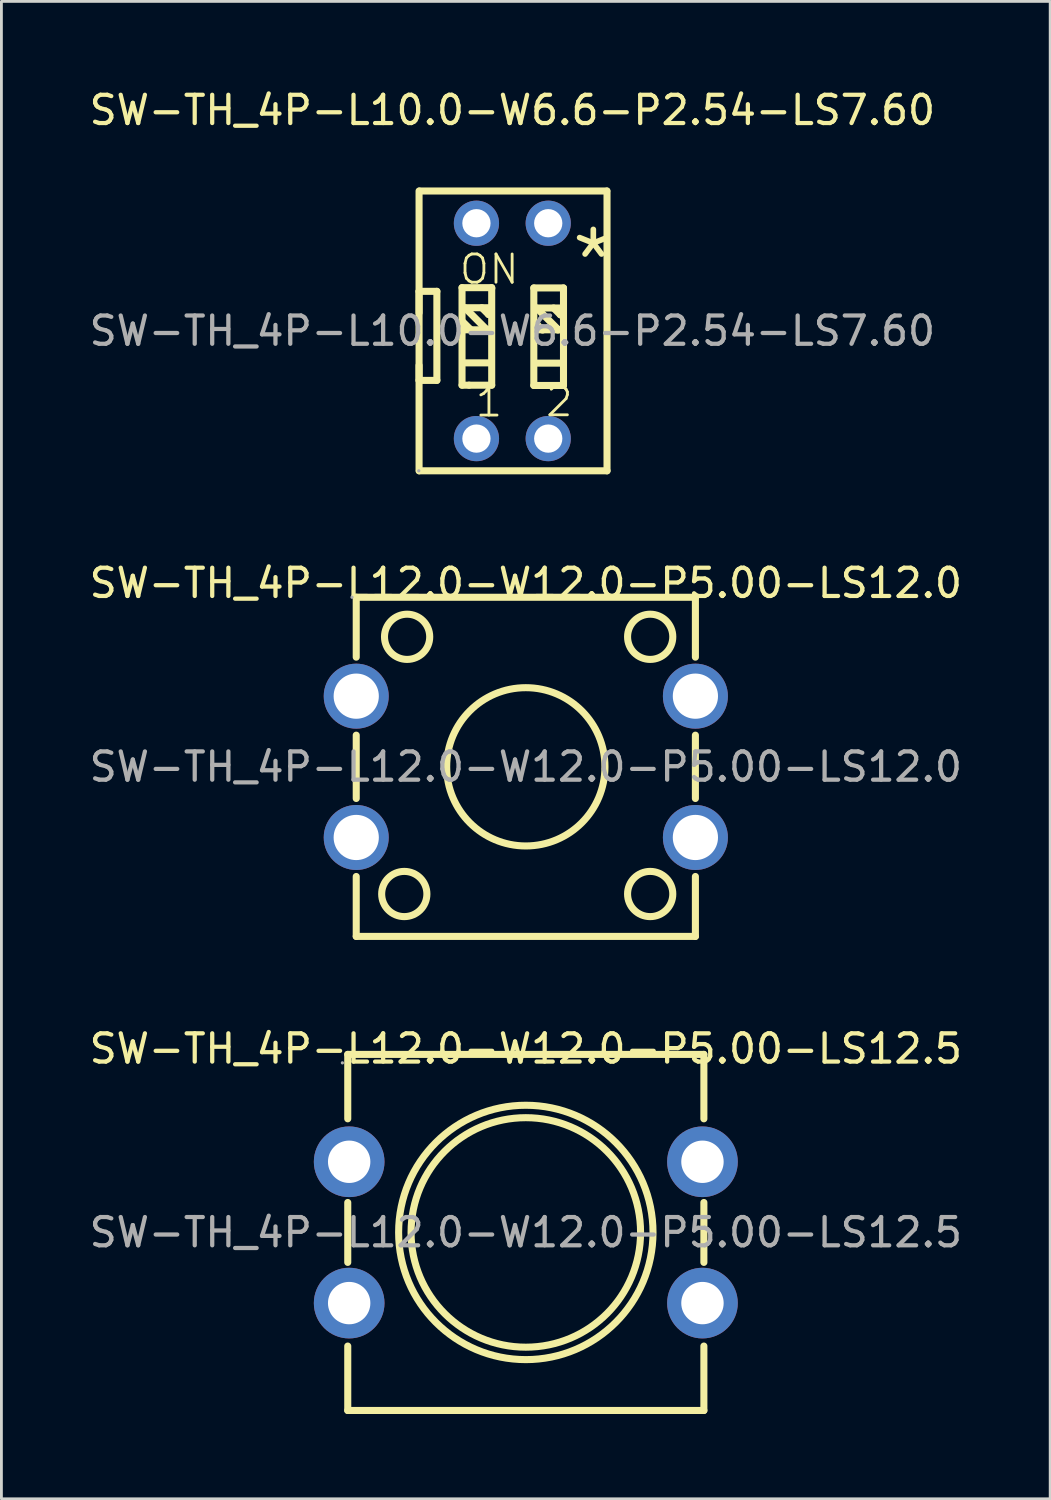
<source format=kicad_pcb>
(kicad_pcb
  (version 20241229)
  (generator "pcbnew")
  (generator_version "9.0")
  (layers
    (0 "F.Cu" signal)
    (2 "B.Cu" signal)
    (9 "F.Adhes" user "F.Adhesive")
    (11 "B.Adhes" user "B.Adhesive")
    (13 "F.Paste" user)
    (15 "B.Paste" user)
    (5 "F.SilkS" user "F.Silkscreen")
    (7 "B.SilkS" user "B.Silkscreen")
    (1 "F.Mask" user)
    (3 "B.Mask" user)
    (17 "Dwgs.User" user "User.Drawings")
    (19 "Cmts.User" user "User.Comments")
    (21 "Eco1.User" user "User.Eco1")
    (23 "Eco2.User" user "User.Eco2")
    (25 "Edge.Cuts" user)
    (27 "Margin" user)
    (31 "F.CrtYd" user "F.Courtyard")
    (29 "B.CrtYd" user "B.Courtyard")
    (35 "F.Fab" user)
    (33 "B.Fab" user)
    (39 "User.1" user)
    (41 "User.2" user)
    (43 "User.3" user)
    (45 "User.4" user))
  (footprint "SW-TH_4P-L12.0-W12.0-P5.00-LS12.0"
    (layer "F.Cu")
    (at 15.554 24.081)
    (property "Reference" "SW-TH_4P-L12.0-W12.0-P5.00-LS12.0" (at 0 -6.5 0) (layer "F.SilkS") (effects (font (size 1 1) (thickness 0.15))))
    (attr through_hole)
    (fp_line (start -6 -6) (end 6 -6) (stroke (width 0.25) (type solid)) (layer "F.SilkS"))
    (fp_line (start -6 -3.88) (end -6 -6) (stroke (width 0.25) (type solid)) (layer "F.SilkS"))
    (fp_line (start -6 1.12) (end -6 -1.12) (stroke (width 0.25) (type solid)) (layer "F.SilkS"))
    (fp_line (start -6 6) (end -6 3.88) (stroke (width 0.25) (type solid)) (layer "F.SilkS"))
    (fp_line (start -6 6) (end 6 6) (stroke (width 0.25) (type solid)) (layer "F.SilkS"))
    (fp_line (start 6 -6) (end 6 -3.88) (stroke (width 0.25) (type solid)) (layer "F.SilkS"))
    (fp_line (start 6 -1.12) (end 6 1.12) (stroke (width 0.25) (type solid)) (layer "F.SilkS"))
    (fp_line (start 6 3.88) (end 6 6) (stroke (width 0.25) (type solid)) (layer "F.SilkS"))
    (fp_circle (center -4.3 4.5) (end -3.5 4.5) (stroke (width 0.25) (type solid)) (fill no) (layer "F.SilkS"))
    (fp_circle (center -4.2 -4.6) (end -3.4 -4.6) (stroke (width 0.25) (type solid)) (fill no) (layer "F.SilkS"))
    (fp_circle (center 0 0) (end 2.8 0) (stroke (width 0.25) (type solid)) (fill no) (layer "F.SilkS"))
    (fp_circle (center 4.4 -4.6) (end 5.2 -4.6) (stroke (width 0.25) (type solid)) (fill no) (layer "F.SilkS"))
    (fp_circle (center 4.4 4.5) (end 5.2 4.5) (stroke (width 0.25) (type solid)) (fill no) (layer "F.SilkS"))
    (fp_circle (center -6.15 -6) (end -6.12 -6) (stroke (width 0.06) (type solid)) (fill no) (layer "F.Fab"))
    (fp_text user "${REFERENCE}" (at 0 0 0) (layer "F.Fab") (effects (font (size 1 1) (thickness 0.15))))
    (pad "1" thru_hole circle (at -6 -2.5) (size 2.3 2.3) (drill 1.6) (layers "*.Cu" "*.Paste" "*.Mask"))
    (pad "2" thru_hole circle (at 6 -2.5) (size 2.3 2.3) (drill 1.6) (layers "*.Cu" "*.Paste" "*.Mask"))
    (pad "3" thru_hole circle (at -6 2.5) (size 2.3 2.3) (drill 1.6) (layers "*.Cu" "*.Paste" "*.Mask"))
    (pad "4" thru_hole circle (at 6 2.5) (size 2.3 2.3) (drill 1.6) (layers "*.Cu" "*.Paste" "*.Mask")))
  (footprint "SW-TH_4P-L12.0-W12.0-P5.00-LS12.5"
    (layer "F.Cu")
    (at 15.554 40.555)
    (property "Reference" "SW-TH_4P-L12.0-W12.0-P5.00-LS12.5" (at 0 -6.5 0) (layer "F.SilkS") (effects (font (size 1 1) (thickness 0.15))))
    (attr through_hole)
    (fp_line (start -6.3 -6.3) (end -6.3 -4.02) (stroke (width 0.25) (type solid)) (layer "F.SilkS"))
    (fp_line (start -6.3 -6.3) (end 6.3 -6.3) (stroke (width 0.25) (type solid)) (layer "F.SilkS"))
    (fp_line (start -6.3 -1.06) (end -6.3 1.06) (stroke (width 0.25) (type solid)) (layer "F.SilkS"))
    (fp_line (start -6.3 4.02) (end -6.3 6.3) (stroke (width 0.25) (type solid)) (layer "F.SilkS"))
    (fp_line (start -6.3 6.3) (end 6.3 6.3) (stroke (width 0.25) (type solid)) (layer "F.SilkS"))
    (fp_line (start 6.3 -6.3) (end 6.3 -4.02) (stroke (width 0.25) (type solid)) (layer "F.SilkS"))
    (fp_line (start 6.3 -1.06) (end 6.3 1.06) (stroke (width 0.25) (type solid)) (layer "F.SilkS"))
    (fp_line (start 6.3 4.02) (end 6.3 6.3) (stroke (width 0.25) (type solid)) (layer "F.SilkS"))
    (fp_circle (center 0 0) (end 4.06 0) (stroke (width 0.25) (type solid)) (fill no) (layer "F.SilkS"))
    (fp_circle (center 0 0) (end 4.5 0) (stroke (width 0.25) (type solid)) (fill no) (layer "F.SilkS"))
    (fp_circle (center -6.49 -6) (end -6.46 -6) (stroke (width 0.06) (type solid)) (fill no) (layer "F.Fab"))
    (fp_text user "${REFERENCE}" (at 0 0 0) (layer "F.Fab") (effects (font (size 1 1) (thickness 0.15))))
    (pad "1" thru_hole circle (at -6.25 -2.5 180) (size 2.5 2.5) (drill 1.5) (layers "*.Cu" "*.Paste" "*.Mask"))
    (pad "2" thru_hole circle (at 6.25 -2.5 180) (size 2.5 2.5) (drill 1.5) (layers "*.Cu" "*.Paste" "*.Mask"))
    (pad "3" thru_hole circle (at -6.25 2.5 180) (size 2.5 2.5) (drill 1.5) (layers "*.Cu" "*.Paste" "*.Mask"))
    (pad "4" thru_hole circle (at 6.25 2.5 180) (size 2.5 2.5) (drill 1.5) (layers "*.Cu" "*.Paste" "*.Mask")))
  (footprint "SW-TH_4P-L10.0-W6.6-P2.54-LS7.60"
    (layer "F.Cu")
    (at 15.077 8.658)
    (property "Reference" "SW-TH_4P-L10.0-W6.6-P2.54-LS7.60" (at 0 -7.81 0) (layer "F.SilkS") (effects (font (size 1 1) (thickness 0.15))))
    (attr through_hole)
    (fp_line (start -3.3 -4.95) (end -3.3 4.95) (stroke (width 0.25) (type solid)) (layer "F.SilkS"))
    (fp_line (start -3.3 -1.4) (end -2.67 -1.4) (stroke (width 0.25) (type solid)) (layer "F.SilkS"))
    (fp_line (start -3.3 -0.64) (end -3.3 -1.4) (stroke (width 0.25) (type solid)) (layer "F.SilkS"))
    (fp_line (start -3.3 1.75) (end -3.3 1.22) (stroke (width 0.25) (type solid)) (layer "F.SilkS"))
    (fp_line (start -3.29 4.95) (end 3.35 4.95) (stroke (width 0.25) (type solid)) (layer "F.SilkS"))
    (fp_line (start -3.28 -4.95) (end 3.34 -4.95) (stroke (width 0.25) (type solid)) (layer "F.SilkS"))
    (fp_line (start -2.67 -1.4) (end -2.67 1.75) (stroke (width 0.25) (type solid)) (layer "F.SilkS"))
    (fp_line (start -2.67 1.75) (end -3.3 1.75) (stroke (width 0.25) (type solid)) (layer "F.SilkS"))
    (fp_line (start -1.78 -1.53) (end -1.78 1.92) (stroke (width 0.25) (type solid)) (layer "F.SilkS"))
    (fp_line (start -1.78 1.92) (end -1.53 1.92) (stroke (width 0.25) (type solid)) (layer "F.SilkS"))
    (fp_line (start -1.68 -0.82) (end -0.93 -0.07) (stroke (width 0.25) (type solid)) (layer "F.SilkS"))
    (fp_line (start -1.67 -0.04) (end -0.8 -0.04) (stroke (width 0.25) (type solid)) (layer "F.SilkS"))
    (fp_line (start -1.65 -0.82) (end -0.78 -0.82) (stroke (width 0.25) (type solid)) (layer "F.SilkS"))
    (fp_line (start -1.65 1.13) (end -0.78 1.13) (stroke (width 0.25) (type solid)) (layer "F.SilkS"))
    (fp_line (start -1.53 1.92) (end -0.73 1.92) (stroke (width 0.25) (type solid)) (layer "F.SilkS"))
    (fp_line (start -1.47 -0.04) (end -1.74 -0.31) (stroke (width 0.25) (type solid)) (layer "F.SilkS"))
    (fp_line (start -1.08 -0.82) (end -0.84 -0.58) (stroke (width 0.25) (type solid)) (layer "F.SilkS"))
    (fp_line (start -0.93 -0.07) (end -0.93 -0.04) (stroke (width 0.25) (type solid)) (layer "F.SilkS"))
    (fp_line (start -0.84 -0.58) (end -0.81 -0.58) (stroke (width 0.25) (type solid)) (layer "F.SilkS"))
    (fp_line (start -0.73 -1.53) (end -1.78 -1.53) (stroke (width 0.25) (type solid)) (layer "F.SilkS"))
    (fp_line (start -0.73 -1.5) (end -0.73 -1.53) (stroke (width 0.25) (type solid)) (layer "F.SilkS"))
    (fp_line (start -0.73 1.92) (end -0.73 -1.5) (stroke (width 0.25) (type solid)) (layer "F.SilkS"))
    (fp_line (start 0.76 -1.52) (end 0.76 1.93) (stroke (width 0.25) (type solid)) (layer "F.SilkS"))
    (fp_line (start 0.76 1.93) (end 1.81 1.93) (stroke (width 0.25) (type solid)) (layer "F.SilkS"))
    (fp_line (start 0.86 -0.81) (end 1.61 -0.06) (stroke (width 0.25) (type solid)) (layer "F.SilkS"))
    (fp_line (start 0.87 -0.04) (end 1.74 -0.04) (stroke (width 0.25) (type solid)) (layer "F.SilkS"))
    (fp_line (start 0.89 -0.81) (end 1.76 -0.81) (stroke (width 0.25) (type solid)) (layer "F.SilkS"))
    (fp_line (start 0.89 1.14) (end 1.76 1.14) (stroke (width 0.25) (type solid)) (layer "F.SilkS"))
    (fp_line (start 1.07 -0.03) (end 0.8 -0.3) (stroke (width 0.25) (type solid)) (layer "F.SilkS"))
    (fp_line (start 1.46 -0.81) (end 1.7 -0.57) (stroke (width 0.25) (type solid)) (layer "F.SilkS"))
    (fp_line (start 1.61 -0.06) (end 1.61 -0.03) (stroke (width 0.25) (type solid)) (layer "F.SilkS"))
    (fp_line (start 1.7 -0.57) (end 1.73 -0.57) (stroke (width 0.25) (type solid)) (layer "F.SilkS"))
    (fp_line (start 1.81 -1.52) (end 0.76 -1.52) (stroke (width 0.25) (type solid)) (layer "F.SilkS"))
    (fp_line (start 1.81 -1.49) (end 1.81 -1.52) (stroke (width 0.25) (type solid)) (layer "F.SilkS"))
    (fp_line (start 1.81 1.93) (end 1.81 -1.49) (stroke (width 0.25) (type solid)) (layer "F.SilkS"))
    (fp_line (start 3.35 -4.95) (end 3.35 4.95) (stroke (width 0.25) (type solid)) (layer "F.SilkS"))
    (fp_circle (center -3.31 4.95) (end -3.28 4.95) (stroke (width 0.06) (type solid)) (fill no) (layer "F.Fab"))
    (fp_text user "ON" (at -1.93 -2.18 0) (layer "F.SilkS") (effects (font (size 1 1) (thickness 0.1)) (justify left)))
    (fp_text user "*" (at 1.96 -2.49 0) (layer "F.SilkS") (effects (font (size 2.03 2.03) (thickness 0.2)) (justify left)))
    (fp_text user "1" (at -1.37 2.52 0) (layer "F.SilkS") (effects (font (size 1 1) (thickness 0.1)) (justify left)))
    (fp_text user "2" (at 1.12 2.51 0) (layer "F.SilkS") (effects (font (size 1 1) (thickness 0.1)) (justify left)))
    (fp_text user "${REFERENCE}" (at 0 0 0) (layer "F.Fab") (effects (font (size 1 1) (thickness 0.15))))
    (pad "1" thru_hole circle (at -1.27 3.81) (size 1.6 1.6) (drill 1) (layers "*.Cu" "*.Paste" "*.Mask"))
    (pad "2" thru_hole circle (at 1.27 3.81) (size 1.6 1.6) (drill 1) (layers "*.Cu" "*.Paste" "*.Mask"))
    (pad "3" thru_hole circle (at 1.27 -3.81) (size 1.6 1.6) (drill 1) (layers "*.Cu" "*.Paste" "*.Mask"))
    (pad "4" thru_hole circle (at -1.27 -3.81) (size 1.6 1.6) (drill 1) (layers "*.Cu" "*.Paste" "*.Mask")))
  (gr_rect
    (start -3 -3)
    (end 34.107 49.98)
    (stroke (width 0.1) (type default))
    (fill no)
    (layer "Edge.Cuts")))
</source>
